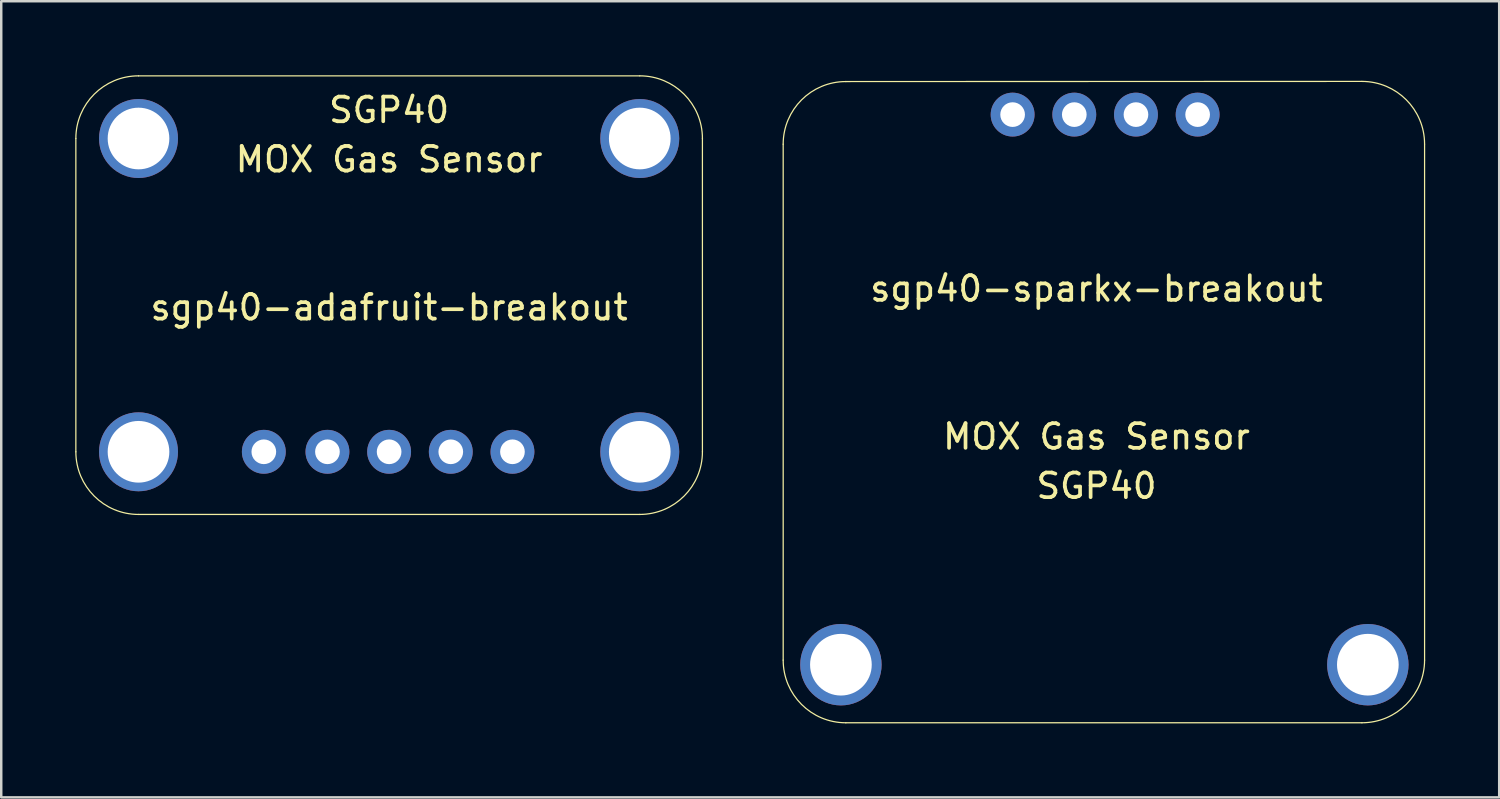
<source format=kicad_pcb>
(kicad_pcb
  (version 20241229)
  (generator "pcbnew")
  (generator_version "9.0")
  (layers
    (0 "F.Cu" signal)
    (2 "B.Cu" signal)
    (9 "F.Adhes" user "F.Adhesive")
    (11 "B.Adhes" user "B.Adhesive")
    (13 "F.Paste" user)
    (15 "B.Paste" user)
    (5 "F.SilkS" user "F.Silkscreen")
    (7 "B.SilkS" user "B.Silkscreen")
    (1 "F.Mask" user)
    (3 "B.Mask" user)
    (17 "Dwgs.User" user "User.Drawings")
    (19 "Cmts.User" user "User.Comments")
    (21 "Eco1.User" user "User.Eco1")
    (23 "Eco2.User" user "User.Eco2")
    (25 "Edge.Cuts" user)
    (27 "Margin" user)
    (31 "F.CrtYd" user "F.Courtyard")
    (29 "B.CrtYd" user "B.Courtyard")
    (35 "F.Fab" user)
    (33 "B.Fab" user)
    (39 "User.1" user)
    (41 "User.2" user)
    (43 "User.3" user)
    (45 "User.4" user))
  (footprint "sgp40-sparkx-breakout"
    (layer "F.Cu")
    (at 28.7 0.25)
    (property "Reference" "sgp40-sparkx-breakout" (at 12.7 8.4 180) (layer "F.SilkS") (effects (font (size 1 1) (thickness 0.15))))
    (attr through_hole)
    (fp_line (start -0.001 2.546) (end -0.001 23.46) (stroke (width 0.05) (type solid)) (layer "F.SilkS"))
    (fp_line (start 2.539 26) (end 23.46 26) (stroke (width 0.05) (type solid)) (layer "F.SilkS"))
    (fp_line (start 23.46 0) (end 2.539 0.006) (stroke (width 0.05) (type solid)) (layer "F.SilkS"))
    (fp_line (start 26 23.46) (end 26 2.546) (stroke (width 0.05) (type solid)) (layer "F.SilkS"))
    (fp_arc (start -0.0011 2.5464) (mid 0.742849 0.750349) (end 2.5389 0.0064) (stroke (width 0.05) (type solid)) (layer "F.SilkS"))
    (fp_arc (start 2.5389 26) (mid 0.742849 25.256051) (end -0.0011 23.46) (stroke (width 0.05) (type solid)) (layer "F.SilkS"))
    (fp_arc (start 23.46 0) (mid 25.256051 0.743949) (end 26 2.54) (stroke (width 0.05) (type solid)) (layer "F.SilkS"))
    (fp_arc (start 26 23.46) (mid 25.256051 25.256051) (end 23.46 26) (stroke (width 0.05) (type solid)) (layer "F.SilkS"))
    (fp_text user "SGP40" (at 12.7 16.4 180) (layer "F.SilkS") (effects (font (size 1 1) (thickness 0.15))))
    (fp_text user "MOX Gas Sensor" (at 12.7 14.4 180) (layer "F.SilkS") (effects (font (size 1 1) (thickness 0.15))))
    (pad "1" thru_hole circle (at 16.8 1.346 180) (size 1.778 1.778) (drill 1) (layers "*.Cu" "*.Mask"))
    (pad "2" thru_hole circle (at 14.3 1.346 180) (size 1.778 1.778) (drill 1) (layers "*.Cu" "*.Mask"))
    (pad "3" thru_hole circle (at 11.8 1.346 180) (size 1.778 1.778) (drill 1) (layers "*.Cu" "*.Mask"))
    (pad "4" thru_hole circle (at 9.3 1.346 180) (size 1.778 1.778) (drill 1) (layers "*.Cu" "*.Mask"))
    (pad "M1" thru_hole circle (at 2.339 23.646 180) (size 3.3 3.3) (drill 2.5) (layers "*.Cu" "*.Mask"))
    (pad "M2" thru_hole circle (at 23.7 23.646 180) (size 3.3 3.3) (drill 2.5) (layers "*.Cu" "*.Mask")))
  (footprint "sgp40-adafruit-breakout"
    (layer "F.Cu")
    (at 12.724 8.911)
    (property "Reference" "sgp40-adafruit-breakout" (at 0 0.5 0) (layer "F.SilkS") (effects (font (size 1 1) (thickness 0.15))))
    (attr through_hole)
    (fp_line (start -12.699 -6.346) (end -12.699 6.354) (stroke (width 0.05) (type solid)) (layer "F.SilkS"))
    (fp_line (start -10.159 8.894) (end 10.161 8.894) (stroke (width 0.05) (type solid)) (layer "F.SilkS"))
    (fp_line (start 10.161 -8.886) (end -10.159 -8.886) (stroke (width 0.05) (type solid)) (layer "F.SilkS"))
    (fp_line (start 12.701 6.354) (end 12.701 -6.346) (stroke (width 0.05) (type solid)) (layer "F.SilkS"))
    (fp_arc (start -12.6989 -6.3464) (mid -11.954951 -8.142451) (end -10.1589 -8.8864) (stroke (width 0.05) (type solid)) (layer "F.SilkS"))
    (fp_arc (start -10.1589 8.8936) (mid -11.954951 8.149651) (end -12.6989 6.3536) (stroke (width 0.05) (type solid)) (layer "F.SilkS"))
    (fp_arc (start 10.1611 -8.8864) (mid 11.957151 -8.142451) (end 12.7011 -6.3464) (stroke (width 0.05) (type solid)) (layer "F.SilkS"))
    (fp_arc (start 12.7011 6.3536) (mid 11.957151 8.149651) (end 10.1611 8.8936) (stroke (width 0.05) (type solid)) (layer "F.SilkS"))
    (fp_text user "SGP40" (at 0 -7.5 0) (layer "F.SilkS") (effects (font (size 1 1) (thickness 0.15))))
    (fp_text user "MOX Gas Sensor" (at 0 -5.5 0) (layer "F.SilkS") (effects (font (size 1 1) (thickness 0.15))))
    (pad "1" thru_hole circle (at 0 6.354) (size 1.778 1.778) (drill 1) (layers "*.Cu" "*.Mask"))
    (pad "2" thru_hole circle (at -5.079 6.354) (size 1.778 1.778) (drill 1) (layers "*.Cu" "*.Mask"))
    (pad "3" thru_hole circle (at 5 6.354) (size 1.778 1.778) (drill 1) (layers "*.Cu" "*.Mask"))
    (pad "3v3" thru_hole circle (at -2.5 6.354) (size 1.778 1.778) (drill 1) (layers "*.Cu" "*.Mask"))
    (pad "4" thru_hole circle (at 2.5 6.354) (size 1.778 1.778) (drill 1) (layers "*.Cu" "*.Mask"))
    (pad "M1" thru_hole circle (at 10.161 -6.346) (size 3.2 3.2) (drill 2.5) (layers "*.Cu" "*.Mask"))
    (pad "M2" thru_hole circle (at -10.159 -6.346) (size 3.2 3.2) (drill 2.5) (layers "*.Cu" "*.Mask"))
    (pad "M3" thru_hole circle (at -10.159 6.354) (size 3.2 3.2) (drill 2.5) (layers "*.Cu" "*.Mask"))
    (pad "M4" thru_hole circle (at 10.161 6.354) (size 3.2 3.2) (drill 2.5) (layers "*.Cu" "*.Mask")))
  (gr_rect
    (start -3 -3)
    (end 57.725 29.275)
    (stroke (width 0.1) (type default))
    (fill no)
    (layer "Edge.Cuts")))
</source>
